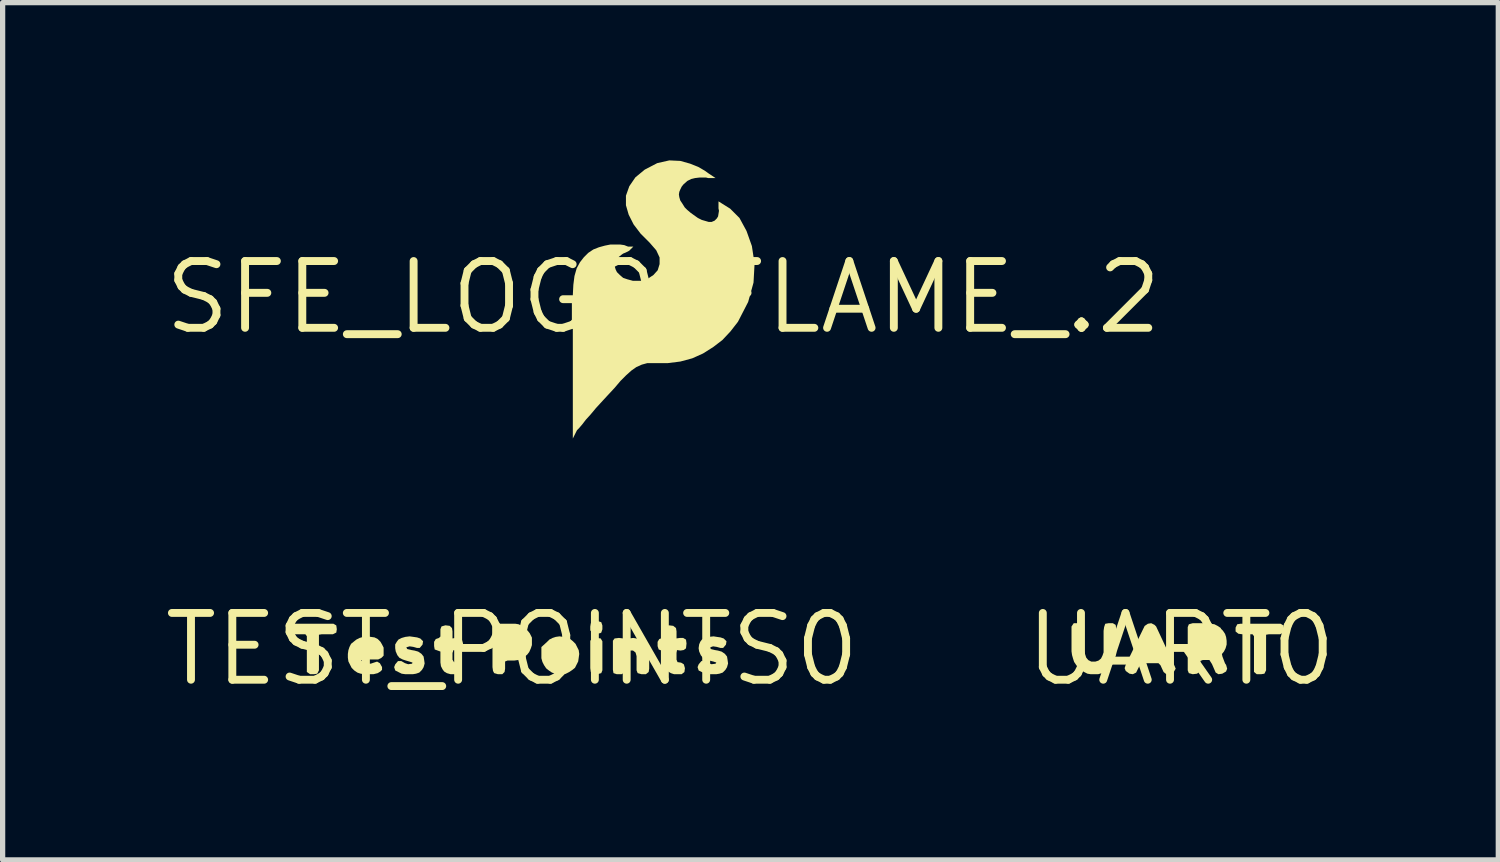
<source format=kicad_pcb>
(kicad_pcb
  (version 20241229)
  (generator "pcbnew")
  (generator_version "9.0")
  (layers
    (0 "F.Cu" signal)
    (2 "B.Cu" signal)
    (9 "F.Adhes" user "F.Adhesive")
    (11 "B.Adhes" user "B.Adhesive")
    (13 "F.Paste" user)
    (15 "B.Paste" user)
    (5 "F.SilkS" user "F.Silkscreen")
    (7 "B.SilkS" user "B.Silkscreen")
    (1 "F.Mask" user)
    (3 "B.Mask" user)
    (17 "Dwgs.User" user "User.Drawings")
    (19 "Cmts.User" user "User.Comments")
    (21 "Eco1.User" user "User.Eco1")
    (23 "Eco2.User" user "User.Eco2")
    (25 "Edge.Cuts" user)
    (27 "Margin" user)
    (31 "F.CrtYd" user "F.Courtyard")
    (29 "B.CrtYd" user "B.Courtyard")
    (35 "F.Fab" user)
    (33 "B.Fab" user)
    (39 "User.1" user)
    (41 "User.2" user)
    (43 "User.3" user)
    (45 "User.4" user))
  (footprint "SFE_LOGO_FLAME_.2"
    (layer "F.Cu")
    (at 9.563 2.604)
    (property "Reference" "SFE_LOGO_FLAME_.2" (at 0 0 0) (layer "F.SilkS") (effects (font (size 1.27 1.27) (thickness 0.15))))
    (fp_poly (pts (xy 0.324 -2.594) (xy 0.51 -2.542) (xy 0.665 -2.48) (xy 0.789 -2.408) (xy 0.86 -2.357) (xy 0.994 -2.268) (xy 0.853 -2.268) (xy 0.813 -2.278) (xy 0.69 -2.278) (xy 0.605 -2.268) (xy 0.531 -2.25) (xy 0.459 -2.214) (xy 0.386 -2.15) (xy 0.35 -2.105) (xy 0.323 -2.05) (xy 0.305 -2.006) (xy 0.297 -1.956) (xy 0.305 -1.904) (xy 0.323 -1.842) (xy 0.36 -1.787) (xy 0.408 -1.71) (xy 0.454 -1.664) (xy 0.522 -1.606) (xy 0.658 -1.509) (xy 0.732 -1.472) (xy 0.863 -1.434) (xy 0.92 -1.434) (xy 0.976 -1.458) (xy 1.018 -1.5) (xy 1.042 -1.539) (xy 1.059 -1.645) (xy 1.05 -1.692) (xy 1.05 -1.825) (xy 1.272 -1.686) (xy 1.449 -1.509) (xy 1.583 -1.262) (xy 1.685 -0.975) (xy 1.736 -0.638) (xy 1.716 -0.28) (xy 1.614 0.088) (xy 1.42 0.465) (xy 1.277 0.649) (xy 1.124 0.812) (xy 0.95 0.945) (xy 0.756 1.068) (xy 0.551 1.16) (xy 0.325 1.221) (xy 0.08 1.252) (xy -0.307 1.252) (xy -0.409 1.28) (xy -0.513 1.327) (xy -0.608 1.394) (xy -0.706 1.482) (xy -0.814 1.59) (xy -0.923 1.719) (xy -1.054 1.86) (xy -1.174 1.99) (xy -1.174 1.99) (xy -1.283 2.109) (xy -1.383 2.229) (xy -1.473 2.328) (xy -1.542 2.418) (xy -1.604 2.49) (xy -1.641 2.527) (xy -1.72 2.685) (xy -1.72 -0.047) (xy -1.71 -0.239) (xy -1.689 -0.404) (xy -1.647 -0.551) (xy -1.584 -0.667) (xy -1.511 -0.761) (xy -1.426 -0.846) (xy -1.33 -0.91) (xy -1.224 -0.952) (xy -1.111 -0.983) (xy -1.006 -1.004) (xy -0.819 -1.004) (xy -0.742 -0.993) (xy -0.689 -0.972) (xy -0.666 -0.964) (xy -0.57 -0.964) (xy -0.649 -0.885) (xy -0.716 -0.851) (xy -0.763 -0.832) (xy -0.799 -0.806) (xy -0.847 -0.768) (xy -0.883 -0.731) (xy -0.908 -0.698) (xy -0.924 -0.65) (xy -0.924 -0.591) (xy -0.906 -0.53) (xy -0.881 -0.479) (xy -0.826 -0.424) (xy -0.763 -0.37) (xy -0.681 -0.342) (xy -0.577 -0.314) (xy -0.427 -0.314) (xy -0.298 -0.351) (xy -0.187 -0.425) (xy -0.106 -0.515) (xy -0.07 -0.632) (xy -0.07 -0.758) (xy -0.134 -0.895) (xy -0.26 -1.04) (xy -0.431 -1.211) (xy -0.564 -1.386) (xy -0.658 -1.572) (xy -0.71 -1.751) (xy -0.71 -1.933) (xy -0.646 -2.113) (xy -0.53 -2.282) (xy -0.353 -2.428) (xy -0.115 -2.552) (xy 0.115 -2.604)) (stroke (width 0) (type default)) (fill yes) (layer "F.SilkS")))
  (footprint "UART0"
    (layer "F.Cu")
    (at 19.411 9.296)
    (property "Reference" "UART0" (at 0 0 0) (layer "F.SilkS") (effects (font (size 1.27 1.27) (thickness 0.15))))
    (fp_poly (pts (xy 1.945 -0.453) (xy 1.955 -0.38) (xy 1.945 -0.317) (xy 1.881 -0.285) (xy 1.67 -0.285) (xy 1.615 -0.276) (xy 1.615 0.401) (xy 1.583 0.465) (xy 1.52 0.475) (xy 1.438 0.475) (xy 1.385 0.432) (xy 1.385 -0.248) (xy 1.357 -0.285) (xy 1.16 -0.285) (xy 1.088 -0.295) (xy 1.035 -0.338) (xy 1.035 -0.411) (xy 1.067 -0.475) (xy 1.13 -0.485) (xy 1.891 -0.485)) (stroke (width 0) (type default)) (fill yes) (layer "F.SilkS"))
    (fp_poly (pts (xy -0.507 -0.464) (xy -0.476 -0.433) (xy -0.125 0.318) (xy -0.104 0.37) (xy -0.136 0.424) (xy -0.219 0.475) (xy -0.282 0.475) (xy -0.334 0.433) (xy -0.394 0.303) (xy -0.432 0.265) (xy -0.767 0.265) (xy -0.826 0.382) (xy -0.856 0.444) (xy -0.919 0.475) (xy -0.982 0.465) (xy -1.054 0.413) (xy -1.075 0.36) (xy -1.055 0.298) (xy -0.724 -0.382) (xy -0.694 -0.443) (xy -0.632 -0.485) (xy -0.569 -0.495)) (stroke (width 0) (type default)) (fill yes) (layer "F.SilkS"))
    (fp_poly (pts (xy 0.561 -0.485) (xy 0.632 -0.475) (xy 0.693 -0.444) (xy 0.758 -0.401) (xy 0.752 -0.395) (xy 0.794 -0.353) (xy 0.835 -0.292) (xy 0.855 -0.231) (xy 0.865 -0.16) (xy 0.865 -0.089) (xy 0.845 -0.018) (xy 0.814 0.043) (xy 0.775 0.091) (xy 0.785 0.139) (xy 0.834 0.268) (xy 0.855 0.298) (xy 0.875 0.37) (xy 0.854 0.423) (xy 0.782 0.465) (xy 0.709 0.475) (xy 0.656 0.443) (xy 0.586 0.282) (xy 0.537 0.205) (xy 0.411 0.205) (xy 0.365 0.223) (xy 0.365 0.36) (xy 0.355 0.423) (xy 0.302 0.465) (xy 0.22 0.475) (xy 0.146 0.454) (xy 0.125 0.401) (xy 0.125 -0.421) (xy 0.146 -0.474) (xy 0.219 -0.495) (xy 0.5 -0.495)) (stroke (width 0) (type default)) (fill yes) (layer "F.SilkS"))
    (fp_poly (pts (xy -1.845 -0.452) (xy -1.845 0.029) (xy -1.825 0.099) (xy -1.806 0.158) (xy -1.767 0.206) (xy -1.709 0.235) (xy -1.631 0.235) (xy -1.572 0.216) (xy -1.524 0.177) (xy -1.495 0.118) (xy -1.475 0.059) (xy -1.475 -0.35) (xy -1.465 -0.421) (xy -1.444 -0.484) (xy -1.38 -0.495) (xy -1.299 -0.495) (xy -1.245 -0.463) (xy -1.235 -0.39) (xy -1.235 0.091) (xy -1.255 0.151) (xy -1.275 0.222) (xy -1.306 0.283) (xy -1.346 0.333) (xy -1.397 0.384) (xy -1.447 0.424) (xy -1.508 0.455) (xy -1.579 0.475) (xy -1.72 0.475) (xy -1.782 0.465) (xy -1.843 0.434) (xy -1.903 0.394) (xy -1.954 0.354) (xy -1.994 0.303) (xy -2.035 0.242) (xy -2.055 0.181) (xy -2.075 0.111) (xy -2.085 0.04) (xy -2.085 -0.432) (xy -2.043 -0.495) (xy -1.898 -0.495)) (stroke (width 0) (type default)) (fill yes) (layer "F.SilkS")))
  (footprint "TEST_POINTS0"
    (layer "F.Cu")
    (at 6.69 9.296)
    (property "Reference" "TEST_POINTS0" (at 0 0 0) (layer "F.SilkS") (effects (font (size 1.27 1.27) (thickness 0.15))))
    (fp_poly (pts (xy 1.683 -0.205) (xy 1.715 -0.151) (xy 1.715 0.401) (xy 1.694 0.454) (xy 1.621 0.475) (xy 1.538 0.475) (xy 1.495 0.432) (xy 1.485 0.36) (xy 1.485 -0.162) (xy 1.528 -0.205) (xy 1.61 -0.215)) (stroke (width 0) (type default)) (fill yes) (layer "F.SilkS"))
    (fp_poly (pts (xy 1.694 -0.514) (xy 1.715 -0.451) (xy 1.715 -0.379) (xy 1.694 -0.316) (xy 1.672 -0.305) (xy 1.61 -0.295) (xy 1.538 -0.305) (xy 1.485 -0.358) (xy 1.485 -0.43) (xy 1.495 -0.493) (xy 1.538 -0.525) (xy 1.631 -0.535)) (stroke (width 0) (type default)) (fill yes) (layer "F.SilkS"))
    (fp_poly (pts (xy -3.345 -0.453) (xy -3.335 -0.38) (xy -3.345 -0.317) (xy -3.409 -0.285) (xy -3.62 -0.285) (xy -3.675 -0.276) (xy -3.675 0.401) (xy -3.707 0.465) (xy -3.77 0.475) (xy -3.842 0.475) (xy -3.905 0.433) (xy -3.905 -0.248) (xy -3.933 -0.285) (xy -4.13 -0.285) (xy -4.202 -0.295) (xy -4.245 -0.338) (xy -4.255 -0.411) (xy -4.223 -0.475) (xy -4.15 -0.485) (xy -3.399 -0.485)) (stroke (width 0) (type default)) (fill yes) (layer "F.SilkS"))
    (fp_poly (pts (xy 0.122 -0.475) (xy 0.183 -0.444) (xy 0.243 -0.404) (xy 0.294 -0.353) (xy 0.334 -0.303) (xy 0.375 -0.221) (xy 0.375 -0.079) (xy 0.355 -0.018) (xy 0.324 0.053) (xy 0.284 0.104) (xy 0.233 0.144) (xy 0.176 0.182) (xy 0.177 0.183) (xy 0.172 0.185) (xy 0.168 0.187) (xy 0.167 0.186) (xy 0.111 0.205) (xy 0.04 0.215) (xy -0.089 0.215) (xy -0.135 0.233) (xy -0.135 0.37) (xy -0.145 0.432) (xy -0.188 0.475) (xy -0.271 0.475) (xy -0.343 0.454) (xy -0.365 0.412) (xy -0.375 0.34) (xy -0.375 -0.411) (xy -0.343 -0.464) (xy -0.281 -0.485) (xy 0.06 -0.485)) (stroke (width 0) (type default)) (fill yes) (layer "F.SilkS"))
    (fp_poly (pts (xy 0.971 -0.235) (xy 1.031 -0.225) (xy 1.103 -0.194) (xy 1.153 -0.154) (xy 1.204 -0.103) (xy 1.265 0.018) (xy 1.275 0.09) (xy 1.265 0.161) (xy 1.255 0.232) (xy 1.194 0.353) (xy 1.143 0.394) (xy 1.083 0.434) (xy 1.022 0.465) (xy 0.95 0.475) (xy 0.89 0.475) (xy 0.819 0.465) (xy 0.762 0.446) (xy 0.762 0.447) (xy 0.758 0.445) (xy 0.753 0.443) (xy 0.753 0.442) (xy 0.697 0.404) (xy 0.646 0.363) (xy 0.606 0.303) (xy 0.575 0.242) (xy 0.555 0.171) (xy 0.555 -0.042) (xy 0.657 -0.134) (xy 0.707 -0.184) (xy 0.768 -0.215) (xy 0.829 -0.235) (xy 0.9 -0.245)) (stroke (width 0) (type default)) (fill yes) (layer "F.SilkS"))
    (fp_poly (pts (xy 2.361 -0.205) (xy 2.432 -0.185) (xy 2.483 -0.144) (xy 2.534 -0.093) (xy 2.564 -0.042) (xy 2.595 0.029) (xy 2.605 0.09) (xy 2.605 0.37) (xy 2.595 0.433) (xy 2.542 0.475) (xy 2.459 0.475) (xy 2.386 0.454) (xy 2.365 0.401) (xy 2.365 0.131) (xy 2.346 0.063) (xy 2.298 0.025) (xy 2.231 0.025) (xy 2.174 0.054) (xy 2.145 0.111) (xy 2.145 0.38) (xy 2.135 0.443) (xy 2.081 0.475) (xy 1.989 0.475) (xy 1.926 0.454) (xy 1.915 0.39) (xy 1.915 -0.162) (xy 1.947 -0.205) (xy 2.03 -0.215) (xy 2.113 -0.205) (xy 2.142 -0.156) (xy 2.168 -0.165) (xy 2.228 -0.205) (xy 2.3 -0.215)) (stroke (width 0) (type default)) (fill yes) (layer "F.SilkS"))
    (fp_poly (pts (xy -1.188 -0.445) (xy -1.145 -0.402) (xy -1.135 -0.34) (xy -1.135 -0.206) (xy -1.07 -0.215) (xy -1.009 -0.215) (xy -0.956 -0.183) (xy -0.935 -0.11) (xy -0.945 -0.017) (xy -0.988 0.015) (xy -1.06 0.025) (xy -1.117 0.016) (xy -1.135 0.071) (xy -1.135 0.199) (xy -1.107 0.245) (xy -1.038 0.255) (xy -0.985 0.287) (xy -0.975 0.36) (xy -0.985 0.432) (xy -1.028 0.475) (xy -1.171 0.475) (xy -1.242 0.455) (xy -1.293 0.424) (xy -1.324 0.383) (xy -1.355 0.322) (xy -1.365 0.25) (xy -1.365 0.044) (xy -1.474 0.004) (xy -1.485 -0.06) (xy -1.485 -0.141) (xy -1.453 -0.194) (xy -1.393 -0.214) (xy -1.365 -0.242) (xy -1.365 -0.381) (xy -1.344 -0.434) (xy -1.27 -0.455)) (stroke (width 0) (type default)) (fill yes) (layer "F.SilkS"))
    (fp_poly (pts (xy 3.062 -0.445) (xy 3.115 -0.403) (xy 3.125 -0.34) (xy 3.125 -0.206) (xy 3.19 -0.215) (xy 3.251 -0.215) (xy 3.305 -0.183) (xy 3.315 -0.11) (xy 3.305 -0.017) (xy 3.262 0.015) (xy 3.2 0.025) (xy 3.134 0.016) (xy 3.125 0.07) (xy 3.125 0.199) (xy 3.144 0.245) (xy 3.212 0.255) (xy 3.264 0.287) (xy 3.285 0.36) (xy 3.275 0.433) (xy 3.222 0.475) (xy 3.079 0.475) (xy 3.018 0.455) (xy 2.967 0.424) (xy 2.926 0.383) (xy 2.905 0.321) (xy 2.885 0.251) (xy 2.885 0.043) (xy 2.786 0.004) (xy 2.765 -0.059) (xy 2.765 -0.141) (xy 2.797 -0.194) (xy 2.857 -0.214) (xy 2.885 -0.242) (xy 2.885 -0.381) (xy 2.917 -0.434) (xy 2.979 -0.455)) (stroke (width 0) (type default)) (fill yes) (layer "F.SilkS"))
    (fp_poly (pts (xy -2.689 -0.235) (xy -2.618 -0.225) (xy -2.557 -0.194) (xy -2.506 -0.143) (xy -2.476 -0.092) (xy -2.445 -0.031) (xy -2.445 0.122) (xy -2.487 0.164) (xy -2.549 0.195) (xy -2.829 0.195) (xy -2.871 0.212) (xy -2.827 0.256) (xy -2.769 0.275) (xy -2.691 0.275) (xy -2.632 0.255) (xy -2.569 0.235) (xy -2.516 0.266) (xy -2.475 0.339) (xy -2.475 0.392) (xy -2.507 0.424) (xy -2.558 0.455) (xy -2.639 0.475) (xy -2.81 0.475) (xy -2.881 0.465) (xy -2.942 0.445) (xy -3.003 0.404) (xy -3.054 0.353) (xy -3.115 0.232) (xy -3.125 0.16) (xy -3.125 0.09) (xy -3.115 0.019) (xy -3.095 -0.042) (xy -3.064 -0.103) (xy -3.013 -0.144) (xy -2.963 -0.184) (xy -2.902 -0.215) (xy -2.831 -0.235) (xy -2.76 -0.245)) (stroke (width 0) (type default)) (fill yes) (layer "F.SilkS"))
    (fp_poly (pts (xy -1.879 -0.235) (xy -1.809 -0.225) (xy -1.747 -0.204) (xy -1.695 -0.152) (xy -1.705 -0.088) (xy -1.758 -0.025) (xy -1.811 -0.025) (xy -1.881 -0.045) (xy -1.95 -0.055) (xy -2.013 -0.037) (xy -1.997 -0.004) (xy -1.919 0.015) (xy -1.859 0.025) (xy -1.788 0.045) (xy -1.727 0.086) (xy -1.685 0.138) (xy -1.675 0.199) (xy -1.665 0.27) (xy -1.685 0.342) (xy -1.716 0.393) (xy -1.767 0.444) (xy -1.829 0.465) (xy -1.89 0.475) (xy -2.03 0.475) (xy -2.102 0.465) (xy -2.224 0.404) (xy -2.245 0.34) (xy -2.224 0.287) (xy -2.172 0.225) (xy -2.109 0.225) (xy -2.038 0.265) (xy -1.979 0.285) (xy -1.904 0.275) (xy -1.896 0.253) (xy -1.951 0.235) (xy -2.021 0.215) (xy -2.082 0.195) (xy -2.143 0.164) (xy -2.184 0.113) (xy -2.215 0.041) (xy -2.225 -0.02) (xy -2.225 -0.091) (xy -2.194 -0.143) (xy -2.163 -0.184) (xy -2.102 -0.215) (xy -2.031 -0.235) (xy -1.95 -0.245)) (stroke (width 0) (type default)) (fill yes) (layer "F.SilkS"))
    (fp_poly (pts (xy 3.891 -0.235) (xy 3.961 -0.225) (xy 4.023 -0.204) (xy 4.075 -0.152) (xy 4.065 -0.088) (xy 4.012 -0.025) (xy 3.959 -0.025) (xy 3.889 -0.045) (xy 3.82 -0.055) (xy 3.766 -0.037) (xy 3.774 -0.004) (xy 3.851 0.015) (xy 3.911 0.025) (xy 3.982 0.045) (xy 4.043 0.086) (xy 4.085 0.138) (xy 4.095 0.199) (xy 4.105 0.27) (xy 4.085 0.342) (xy 4.054 0.393) (xy 4.003 0.444) (xy 3.941 0.465) (xy 3.88 0.475) (xy 3.74 0.475) (xy 3.679 0.465) (xy 3.608 0.435) (xy 3.546 0.404) (xy 3.525 0.34) (xy 3.546 0.287) (xy 3.598 0.225) (xy 3.661 0.225) (xy 3.732 0.265) (xy 3.791 0.285) (xy 3.867 0.275) (xy 3.882 0.253) (xy 3.829 0.235) (xy 3.749 0.215) (xy 3.688 0.195) (xy 3.627 0.164) (xy 3.586 0.113) (xy 3.555 0.041) (xy 3.545 -0.02) (xy 3.555 -0.091) (xy 3.576 -0.142) (xy 3.607 -0.184) (xy 3.668 -0.215) (xy 3.739 -0.235) (xy 3.83 -0.245)) (stroke (width 0) (type default)) (fill yes) (layer "F.SilkS")))
  (gr_rect
    (start -3 -3)
    (end 25.442 13.302)
    (stroke (width 0.1) (type default))
    (fill no)
    (layer "Edge.Cuts")))
</source>
